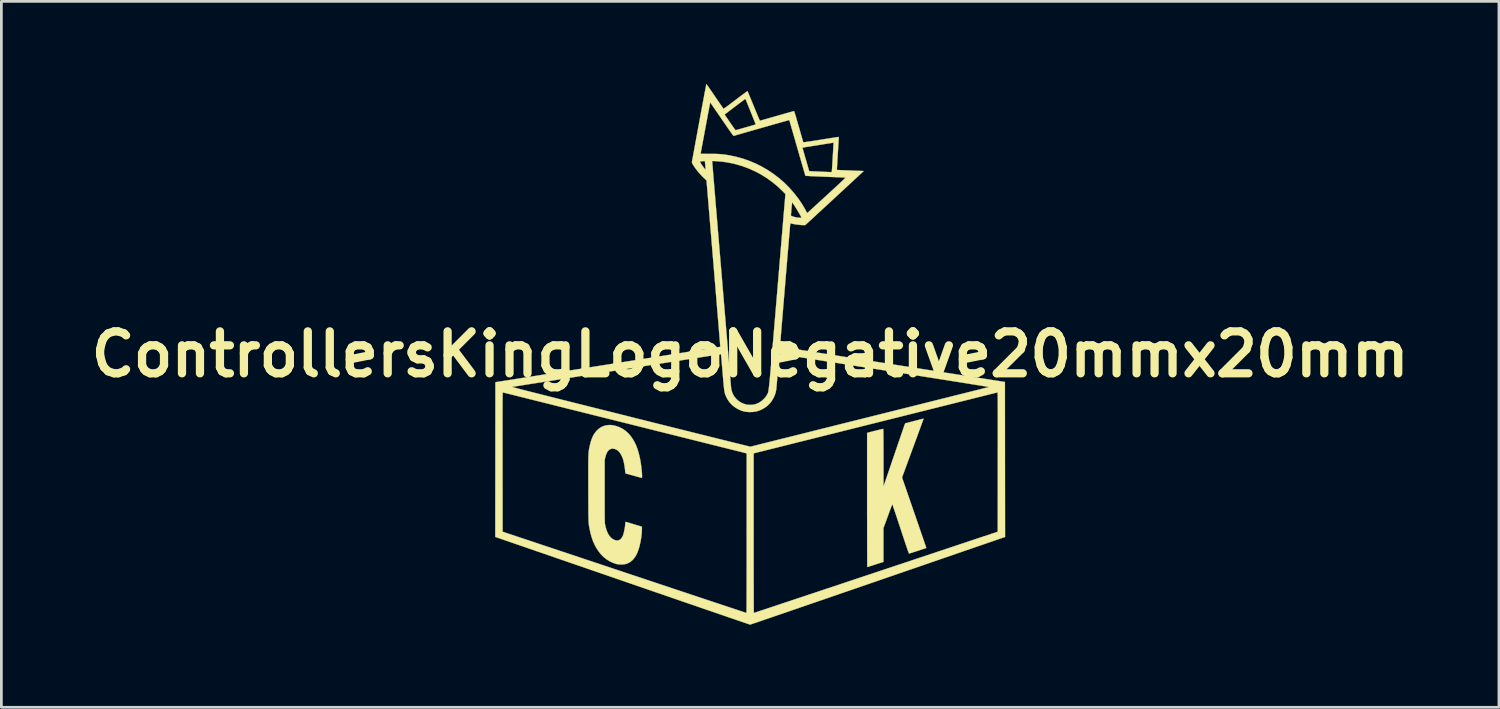
<source format=kicad_pcb>
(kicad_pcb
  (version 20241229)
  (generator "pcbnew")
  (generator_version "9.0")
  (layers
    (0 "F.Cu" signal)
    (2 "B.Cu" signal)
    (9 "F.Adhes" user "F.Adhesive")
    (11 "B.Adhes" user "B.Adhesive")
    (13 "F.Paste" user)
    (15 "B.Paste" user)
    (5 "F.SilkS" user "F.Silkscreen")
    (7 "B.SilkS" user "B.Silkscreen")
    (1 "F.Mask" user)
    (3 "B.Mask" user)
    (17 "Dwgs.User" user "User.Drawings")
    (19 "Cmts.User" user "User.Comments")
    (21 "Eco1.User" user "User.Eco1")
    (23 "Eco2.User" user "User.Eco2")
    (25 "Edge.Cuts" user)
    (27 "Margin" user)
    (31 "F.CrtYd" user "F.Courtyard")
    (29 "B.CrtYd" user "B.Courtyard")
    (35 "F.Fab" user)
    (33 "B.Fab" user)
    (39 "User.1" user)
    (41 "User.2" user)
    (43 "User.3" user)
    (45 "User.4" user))
  (footprint "ControllersKingLogoNegative20mmx20mm"
    (layer "F.Cu")
    (at 24.21 9.826)
    (property "Reference" "ControllersKingLogoNegative20mmx20mm" (at 0 0 0) (layer "F.SilkS") (effects (font (size 1.524 1.524) (thickness 0.3))))
    (attr through_hole)
    (fp_poly (pts (xy 6.297 2.341) (xy 6.299 2.345) (xy 6.296 2.354) (xy 6.288 2.378) (xy 6.274 2.416) (xy 6.256 2.468) (xy 6.233 2.531) (xy 6.206 2.605) (xy 6.175 2.69) (xy 6.141 2.784) (xy 6.103 2.887) (xy 6.063 2.997) (xy 6.02 3.113) (xy 5.975 3.236) (xy 5.929 3.362) (xy 5.909 3.415) (xy 5.519 4.476) (xy 5.96 5.753) (xy 6.009 5.894) (xy 6.056 6.032) (xy 6.102 6.164) (xy 6.145 6.29) (xy 6.186 6.409) (xy 6.225 6.521) (xy 6.26 6.624) (xy 6.292 6.717) (xy 6.321 6.8) (xy 6.345 6.872) (xy 6.366 6.932) (xy 6.382 6.979) (xy 6.393 7.013) (xy 6.4 7.031) (xy 6.401 7.035) (xy 6.393 7.039) (xy 6.371 7.047) (xy 6.338 7.059) (xy 6.294 7.073) (xy 6.243 7.09) (xy 6.186 7.109) (xy 6.126 7.129) (xy 6.064 7.149) (xy 6.003 7.168) (xy 5.945 7.187) (xy 5.892 7.204) (xy 5.847 7.218) (xy 5.81 7.229) (xy 5.785 7.236) (xy 5.773 7.239) (xy 5.773 7.239) (xy 5.768 7.231) (xy 5.758 7.207) (xy 5.743 7.167) (xy 5.724 7.112) (xy 5.699 7.04) (xy 5.669 6.952) (xy 5.634 6.848) (xy 5.594 6.728) (xy 5.549 6.592) (xy 5.499 6.44) (xy 5.465 6.338) (xy 5.426 6.219) (xy 5.388 6.105) (xy 5.352 5.997) (xy 5.319 5.895) (xy 5.287 5.802) (xy 5.259 5.717) (xy 5.233 5.641) (xy 5.211 5.577) (xy 5.193 5.524) (xy 5.179 5.484) (xy 5.169 5.458) (xy 5.164 5.447) (xy 5.164 5.447) (xy 5.16 5.456) (xy 5.151 5.48) (xy 5.137 5.517) (xy 5.119 5.566) (xy 5.097 5.624) (xy 5.072 5.691) (xy 5.045 5.764) (xy 5.016 5.844) (xy 5.001 5.886) (xy 4.843 6.314) (xy 4.843 7.542) (xy 4.79 7.56) (xy 4.674 7.597) (xy 4.571 7.63) (xy 4.482 7.659) (xy 4.407 7.683) (xy 4.347 7.702) (xy 4.302 7.716) (xy 4.272 7.726) (xy 4.257 7.73) (xy 4.256 7.73) (xy 4.255 7.722) (xy 4.255 7.697) (xy 4.255 7.657) (xy 4.254 7.602) (xy 4.254 7.532) (xy 4.253 7.449) (xy 4.253 7.353) (xy 4.253 7.245) (xy 4.252 7.125) (xy 4.252 6.995) (xy 4.252 6.854) (xy 4.251 6.703) (xy 4.251 6.544) (xy 4.251 6.376) (xy 4.251 6.201) (xy 4.251 6.019) (xy 4.25 5.83) (xy 4.25 5.636) (xy 4.25 5.437) (xy 4.25 5.292) (xy 4.25 2.854) (xy 4.295 2.842) (xy 4.32 2.835) (xy 4.357 2.825) (xy 4.403 2.813) (xy 4.456 2.8) (xy 4.513 2.785) (xy 4.572 2.771) (xy 4.63 2.756) (xy 4.685 2.743) (xy 4.734 2.731) (xy 4.776 2.721) (xy 4.807 2.714) (xy 4.826 2.71) (xy 4.83 2.709) (xy 4.832 2.711) (xy 4.834 2.715) (xy 4.835 2.724) (xy 4.837 2.738) (xy 4.838 2.757) (xy 4.839 2.784) (xy 4.84 2.817) (xy 4.841 2.859) (xy 4.841 2.911) (xy 4.842 2.972) (xy 4.843 3.045) (xy 4.843 3.129) (xy 4.844 3.226) (xy 4.844 3.337) (xy 4.844 3.462) (xy 4.845 3.602) (xy 4.845 3.754) (xy 4.847 4.798) (xy 5.236 3.658) (xy 5.282 3.524) (xy 5.326 3.395) (xy 5.368 3.271) (xy 5.409 3.153) (xy 5.447 3.042) (xy 5.482 2.939) (xy 5.515 2.845) (xy 5.544 2.76) (xy 5.569 2.687) (xy 5.59 2.625) (xy 5.608 2.576) (xy 5.62 2.54) (xy 5.628 2.518) (xy 5.63 2.512) (xy 5.64 2.509) (xy 5.663 2.501) (xy 5.7 2.491) (xy 5.748 2.478) (xy 5.805 2.463) (xy 5.869 2.447) (xy 5.938 2.429) (xy 5.953 2.425) (xy 6.024 2.407) (xy 6.09 2.39) (xy 6.15 2.375) (xy 6.201 2.362) (xy 6.241 2.351) (xy 6.269 2.344) (xy 6.284 2.34) (xy 6.284 2.34) (xy 6.297 2.341)) (stroke (width 0.01) (type solid)) (fill yes) (layer "F.SilkS"))
    (fp_poly (pts (xy -5.031 2.571) (xy -4.991 2.577) (xy -4.86 2.608) (xy -4.738 2.653) (xy -4.624 2.713) (xy -4.519 2.788) (xy -4.421 2.877) (xy -4.333 2.981) (xy -4.252 3.1) (xy -4.2 3.193) (xy -4.15 3.296) (xy -4.107 3.407) (xy -4.068 3.526) (xy -4.033 3.657) (xy -4.001 3.801) (xy -3.997 3.822) (xy -3.983 3.897) (xy -3.971 3.978) (xy -3.959 4.061) (xy -3.949 4.145) (xy -3.941 4.226) (xy -3.934 4.301) (xy -3.93 4.367) (xy -3.929 4.422) (xy -3.93 4.454) (xy -3.933 4.493) (xy -4.232 4.41) (xy -4.3 4.391) (xy -4.363 4.374) (xy -4.419 4.358) (xy -4.465 4.345) (xy -4.501 4.335) (xy -4.524 4.328) (xy -4.533 4.325) (xy -4.533 4.325) (xy -4.535 4.316) (xy -4.537 4.293) (xy -4.541 4.26) (xy -4.544 4.22) (xy -4.546 4.208) (xy -4.554 4.133) (xy -4.566 4.054) (xy -4.58 3.974) (xy -4.596 3.898) (xy -4.614 3.831) (xy -4.631 3.776) (xy -4.631 3.775) (xy -4.658 3.71) (xy -4.692 3.645) (xy -4.729 3.586) (xy -4.765 3.539) (xy -4.809 3.498) (xy -4.861 3.464) (xy -4.917 3.44) (xy -4.972 3.427) (xy -5.022 3.427) (xy -5.035 3.429) (xy -5.088 3.448) (xy -5.136 3.48) (xy -5.176 3.526) (xy -5.212 3.587) (xy -5.242 3.662) (xy -5.264 3.744) (xy -5.287 3.84) (xy -5.287 4.97) (xy -5.287 5.138) (xy -5.287 5.291) (xy -5.287 5.428) (xy -5.287 5.55) (xy -5.287 5.659) (xy -5.286 5.754) (xy -5.286 5.838) (xy -5.285 5.909) (xy -5.284 5.971) (xy -5.283 6.022) (xy -5.282 6.065) (xy -5.281 6.099) (xy -5.28 6.126) (xy -5.278 6.146) (xy -5.277 6.16) (xy -5.276 6.164) (xy -5.248 6.293) (xy -5.213 6.406) (xy -5.171 6.504) (xy -5.121 6.588) (xy -5.064 6.656) (xy -4.999 6.708) (xy -4.927 6.746) (xy -4.921 6.748) (xy -4.861 6.764) (xy -4.805 6.764) (xy -4.755 6.748) (xy -4.709 6.716) (xy -4.667 6.668) (xy -4.635 6.615) (xy -4.619 6.578) (xy -4.603 6.527) (xy -4.588 6.467) (xy -4.573 6.401) (xy -4.56 6.333) (xy -4.549 6.265) (xy -4.542 6.202) (xy -4.538 6.147) (xy -4.538 6.134) (xy -4.537 6.105) (xy -4.532 6.09) (xy -4.527 6.088) (xy -4.516 6.09) (xy -4.491 6.097) (xy -4.454 6.107) (xy -4.406 6.121) (xy -4.35 6.138) (xy -4.287 6.157) (xy -4.224 6.176) (xy -3.933 6.264) (xy -3.934 6.377) (xy -3.941 6.513) (xy -3.958 6.659) (xy -3.984 6.809) (xy -4.018 6.959) (xy -4.038 7.032) (xy -4.073 7.14) (xy -4.11 7.233) (xy -4.152 7.315) (xy -4.199 7.387) (xy -4.253 7.453) (xy -4.271 7.472) (xy -4.337 7.53) (xy -4.406 7.575) (xy -4.481 7.607) (xy -4.526 7.62) (xy -4.584 7.631) (xy -4.65 7.636) (xy -4.72 7.637) (xy -4.787 7.632) (xy -4.845 7.623) (xy -4.856 7.62) (xy -4.987 7.576) (xy -5.112 7.517) (xy -5.228 7.444) (xy -5.336 7.356) (xy -5.435 7.254) (xy -5.514 7.152) (xy -5.592 7.033) (xy -5.658 6.909) (xy -5.716 6.778) (xy -5.764 6.636) (xy -5.805 6.483) (xy -5.824 6.394) (xy -5.832 6.358) (xy -5.838 6.325) (xy -5.845 6.294) (xy -5.85 6.265) (xy -5.855 6.236) (xy -5.859 6.207) (xy -5.863 6.177) (xy -5.866 6.144) (xy -5.869 6.108) (xy -5.871 6.068) (xy -5.873 6.022) (xy -5.875 5.971) (xy -5.877 5.912) (xy -5.878 5.845) (xy -5.879 5.768) (xy -5.879 5.682) (xy -5.88 5.584) (xy -5.88 5.475) (xy -5.881 5.352) (xy -5.881 5.216) (xy -5.882 5.064) (xy -5.882 4.897) (xy -5.882 4.891) (xy -5.882 4.718) (xy -5.883 4.561) (xy -5.883 4.419) (xy -5.883 4.291) (xy -5.883 4.176) (xy -5.883 4.074) (xy -5.882 3.983) (xy -5.882 3.902) (xy -5.881 3.831) (xy -5.88 3.768) (xy -5.878 3.713) (xy -5.876 3.664) (xy -5.874 3.622) (xy -5.871 3.584) (xy -5.868 3.549) (xy -5.865 3.518) (xy -5.861 3.489) (xy -5.856 3.46) (xy -5.851 3.432) (xy -5.845 3.403) (xy -5.839 3.372) (xy -5.838 3.368) (xy -5.809 3.238) (xy -5.775 3.123) (xy -5.736 3.021) (xy -5.692 2.931) (xy -5.641 2.852) (xy -5.583 2.781) (xy -5.517 2.718) (xy -5.476 2.685) (xy -5.4 2.638) (xy -5.315 2.602) (xy -5.223 2.579) (xy -5.127 2.568) (xy -5.031 2.571)) (stroke (width 0.01) (type solid)) (fill yes) (layer "F.SilkS"))
    (fp_poly (pts (xy -1.585 -9.815) (xy -1.571 -9.795) (xy -1.549 -9.764) (xy -1.519 -9.722) (xy -1.484 -9.671) (xy -1.443 -9.612) (xy -1.397 -9.546) (xy -1.348 -9.474) (xy -1.295 -9.398) (xy -1.283 -9.379) (xy -1.23 -9.301) (xy -1.179 -9.228) (xy -1.132 -9.159) (xy -1.09 -9.098) (xy -1.052 -9.043) (xy -1.021 -8.998) (xy -0.996 -8.963) (xy -0.98 -8.939) (xy -0.971 -8.927) (xy -0.971 -8.927) (xy -0.965 -8.927) (xy -0.953 -8.933) (xy -0.934 -8.945) (xy -0.906 -8.964) (xy -0.87 -8.99) (xy -0.823 -9.024) (xy -0.767 -9.066) (xy -0.699 -9.117) (xy -0.619 -9.177) (xy -0.533 -9.242) (xy -0.459 -9.299) (xy -0.388 -9.352) (xy -0.322 -9.402) (xy -0.263 -9.446) (xy -0.21 -9.485) (xy -0.167 -9.517) (xy -0.133 -9.541) (xy -0.11 -9.558) (xy -0.099 -9.564) (xy -0.098 -9.565) (xy -0.093 -9.557) (xy -0.083 -9.534) (xy -0.068 -9.498) (xy -0.048 -9.451) (xy -0.023 -9.393) (xy 0.005 -9.325) (xy 0.036 -9.25) (xy 0.07 -9.168) (xy 0.106 -9.08) (xy 0.128 -9.025) (xy 0.177 -8.904) (xy 0.22 -8.8) (xy 0.257 -8.71) (xy 0.288 -8.636) (xy 0.314 -8.577) (xy 0.333 -8.534) (xy 0.347 -8.505) (xy 0.355 -8.491) (xy 0.357 -8.49) (xy 0.367 -8.493) (xy 0.392 -8.499) (xy 0.43 -8.51) (xy 0.481 -8.525) (xy 0.543 -8.542) (xy 0.615 -8.563) (xy 0.695 -8.586) (xy 0.783 -8.61) (xy 0.876 -8.637) (xy 0.974 -8.665) (xy 0.976 -8.666) (xy 1.074 -8.694) (xy 1.167 -8.72) (xy 1.255 -8.745) (xy 1.335 -8.768) (xy 1.407 -8.788) (xy 1.469 -8.805) (xy 1.52 -8.82) (xy 1.559 -8.83) (xy 1.584 -8.837) (xy 1.594 -8.839) (xy 1.594 -8.839) (xy 1.599 -8.832) (xy 1.607 -8.81) (xy 1.62 -8.772) (xy 1.636 -8.72) (xy 1.657 -8.652) (xy 1.681 -8.568) (xy 1.71 -8.469) (xy 1.743 -8.354) (xy 1.766 -8.276) (xy 1.793 -8.181) (xy 1.818 -8.092) (xy 1.842 -8.008) (xy 1.864 -7.932) (xy 1.884 -7.864) (xy 1.9 -7.807) (xy 1.914 -7.761) (xy 1.923 -7.728) (xy 1.929 -7.709) (xy 1.931 -7.705) (xy 1.939 -7.705) (xy 1.964 -7.708) (xy 2.002 -7.713) (xy 2.053 -7.72) (xy 2.116 -7.729) (xy 2.189 -7.74) (xy 2.27 -7.752) (xy 2.36 -7.766) (xy 2.455 -7.781) (xy 2.556 -7.797) (xy 2.561 -7.798) (xy 2.663 -7.815) (xy 2.759 -7.83) (xy 2.85 -7.844) (xy 2.933 -7.858) (xy 3.008 -7.869) (xy 3.073 -7.88) (xy 3.127 -7.888) (xy 3.168 -7.894) (xy 3.194 -7.898) (xy 3.206 -7.899) (xy 3.206 -7.899) (xy 3.217 -7.898) (xy 3.222 -7.891) (xy 3.222 -7.874) (xy 3.221 -7.855) (xy 3.219 -7.835) (xy 3.217 -7.801) (xy 3.214 -7.755) (xy 3.21 -7.699) (xy 3.206 -7.633) (xy 3.201 -7.56) (xy 3.197 -7.481) (xy 3.192 -7.398) (xy 3.186 -7.313) (xy 3.181 -7.228) (xy 3.176 -7.143) (xy 3.171 -7.061) (xy 3.167 -6.984) (xy 3.163 -6.912) (xy 3.159 -6.848) (xy 3.156 -6.794) (xy 3.154 -6.75) (xy 3.152 -6.72) (xy 3.152 -6.704) (xy 3.152 -6.701) (xy 3.16 -6.701) (xy 3.184 -6.699) (xy 3.221 -6.698) (xy 3.269 -6.695) (xy 3.327 -6.693) (xy 3.392 -6.69) (xy 3.463 -6.687) (xy 3.538 -6.684) (xy 3.615 -6.681) (xy 3.692 -6.678) (xy 3.768 -6.675) (xy 3.84 -6.672) (xy 3.907 -6.669) (xy 3.966 -6.667) (xy 4.016 -6.665) (xy 4.055 -6.664) (xy 4.082 -6.663) (xy 4.092 -6.663) (xy 4.112 -6.662) (xy 4.122 -6.658) (xy 4.122 -6.656) (xy 4.116 -6.65) (xy 4.098 -6.633) (xy 4.069 -6.606) (xy 4.03 -6.57) (xy 3.981 -6.525) (xy 3.924 -6.472) (xy 3.86 -6.412) (xy 3.788 -6.346) (xy 3.71 -6.274) (xy 3.627 -6.197) (xy 3.539 -6.115) (xy 3.447 -6.03) (xy 3.353 -5.943) (xy 3.255 -5.853) (xy 3.157 -5.762) (xy 3.057 -5.67) (xy 2.958 -5.578) (xy 2.86 -5.487) (xy 2.763 -5.398) (xy 2.668 -5.311) (xy 2.577 -5.226) (xy 2.49 -5.146) (xy 2.407 -5.07) (xy 2.33 -4.998) (xy 2.259 -4.933) (xy 2.195 -4.875) (xy 2.139 -4.823) (xy 2.092 -4.78) (xy 2.054 -4.745) (xy 2.026 -4.72) (xy 2.01 -4.705) (xy 2.005 -4.701) (xy 1.99 -4.697) (xy 1.961 -4.695) (xy 1.921 -4.696) (xy 1.871 -4.698) (xy 1.816 -4.703) (xy 1.758 -4.709) (xy 1.698 -4.716) (xy 1.641 -4.724) (xy 1.588 -4.733) (xy 1.542 -4.742) (xy 1.506 -4.752) (xy 1.498 -4.754) (xy 1.476 -4.761) (xy 1.462 -4.764) (xy 1.459 -4.764) (xy 1.458 -4.755) (xy 1.456 -4.731) (xy 1.452 -4.691) (xy 1.447 -4.637) (xy 1.442 -4.569) (xy 1.435 -4.489) (xy 1.427 -4.397) (xy 1.418 -4.294) (xy 1.408 -4.181) (xy 1.398 -4.058) (xy 1.387 -3.927) (xy 1.375 -3.789) (xy 1.363 -3.644) (xy 1.35 -3.493) (xy 1.337 -3.337) (xy 1.324 -3.177) (xy 1.31 -3.014) (xy 1.296 -2.848) (xy 1.282 -2.681) (xy 1.268 -2.512) (xy 1.254 -2.344) (xy 1.24 -2.177) (xy 1.226 -2.012) (xy 1.213 -1.849) (xy 1.199 -1.69) (xy 1.187 -1.535) (xy 1.174 -1.385) (xy 1.162 -1.241) (xy 1.151 -1.104) (xy 1.14 -0.975) (xy 1.13 -0.854) (xy 1.121 -0.743) (xy 1.113 -0.642) (xy 1.106 -0.552) (xy 1.099 -0.474) (xy 1.094 -0.408) (xy 1.09 -0.357) (xy 1.087 -0.32) (xy 1.086 -0.298) (xy 1.086 -0.292) (xy 1.087 -0.291) (xy 1.089 -0.289) (xy 1.094 -0.287) (xy 1.101 -0.285) (xy 1.112 -0.283) (xy 1.126 -0.279) (xy 1.143 -0.276) (xy 1.166 -0.272) (xy 1.192 -0.267) (xy 1.224 -0.261) (xy 1.262 -0.254) (xy 1.306 -0.247) (xy 1.356 -0.238) (xy 1.413 -0.229) (xy 1.478 -0.218) (xy 1.55 -0.206) (xy 1.631 -0.193) (xy 1.72 -0.179) (xy 1.818 -0.163) (xy 1.926 -0.146) (xy 2.044 -0.127) (xy 2.172 -0.107) (xy 2.311 -0.085) (xy 2.462 -0.061) (xy 2.624 -0.036) (xy 2.798 -0.008) (xy 2.985 0.021) (xy 3.185 0.052) (xy 3.398 0.086) (xy 3.625 0.121) (xy 3.866 0.159) (xy 4.122 0.199) (xy 4.393 0.242) (xy 4.68 0.287) (xy 4.983 0.334) (xy 5.173 0.364) (xy 9.258 1.004) (xy 9.26 3.82) (xy 9.263 6.637) (xy 9.243 6.643) (xy 9.234 6.646) (xy 9.21 6.654) (xy 9.17 6.668) (xy 9.116 6.686) (xy 9.047 6.71) (xy 8.965 6.738) (xy 8.869 6.771) (xy 8.761 6.809) (xy 8.64 6.85) (xy 8.507 6.896) (xy 8.362 6.946) (xy 8.207 6.999) (xy 8.041 7.057) (xy 7.864 7.117) (xy 7.678 7.181) (xy 7.483 7.249) (xy 7.279 7.319) (xy 7.066 7.392) (xy 6.846 7.468) (xy 6.618 7.546) (xy 6.383 7.627) (xy 6.142 7.711) (xy 5.894 7.796) (xy 5.641 7.883) (xy 5.382 7.972) (xy 5.119 8.063) (xy 4.852 8.155) (xy 4.62 8.235) (xy 4.349 8.328) (xy 4.082 8.42) (xy 3.82 8.511) (xy 3.562 8.599) (xy 3.31 8.686) (xy 3.063 8.771) (xy 2.822 8.854) (xy 2.588 8.934) (xy 2.362 9.012) (xy 2.142 9.087) (xy 1.931 9.16) (xy 1.728 9.23) (xy 1.534 9.296) (xy 1.35 9.36) (xy 1.175 9.42) (xy 1.011 9.476) (xy 0.857 9.529) (xy 0.714 9.578) (xy 0.583 9.622) (xy 0.464 9.663) (xy 0.357 9.7) (xy 0.263 9.732) (xy 0.183 9.759) (xy 0.116 9.781) (xy 0.064 9.799) (xy 0.026 9.812) (xy 0.004 9.819) (xy -0.003 9.821) (xy -0.012 9.818) (xy -0.036 9.81) (xy -0.076 9.797) (xy -0.13 9.778) (xy -0.199 9.755) (xy -0.281 9.727) (xy -0.376 9.694) (xy -0.484 9.658) (xy -0.604 9.616) (xy -0.737 9.571) (xy -0.88 9.522) (xy -1.034 9.469) (xy -1.199 9.412) (xy -1.374 9.352) (xy -1.558 9.289) (xy -1.751 9.223) (xy -1.952 9.153) (xy -2.162 9.081) (xy -2.379 9.007) (xy -2.604 8.929) (xy -2.835 8.85) (xy -3.072 8.768) (xy -3.315 8.684) (xy -3.564 8.599) (xy -3.817 8.512) (xy -4.074 8.423) (xy -4.28 8.352) (xy -4.543 8.261) (xy -4.804 8.171) (xy -5.062 8.082) (xy -5.315 7.995) (xy -5.565 7.909) (xy -5.809 7.825) (xy -6.048 7.742) (xy -6.282 7.662) (xy -6.509 7.584) (xy -6.729 7.508) (xy -6.941 7.435) (xy -7.146 7.364) (xy -7.342 7.296) (xy -7.529 7.232) (xy -7.707 7.171) (xy -7.874 7.113) (xy -8.032 7.059) (xy -8.178 7.008) (xy -8.312 6.962) (xy -8.435 6.92) (xy -8.544 6.882) (xy -8.641 6.849) (xy -8.724 6.82) (xy -8.793 6.796) (xy -8.847 6.778) (xy -8.886 6.764) (xy -8.901 6.759) (xy -9.263 6.635) (xy -9.26 3.824) (xy -9.259 2.449) (xy -8.999 2.449) (xy -8.999 2.598) (xy -8.999 2.761) (xy -8.999 2.938) (xy -8.999 3.129) (xy -8.998 3.335) (xy -8.998 3.557) (xy -8.998 3.795) (xy -8.998 3.912) (xy -8.996 6.446) (xy -4.572 7.921) (xy -4.306 8.01) (xy -4.044 8.097) (xy -3.787 8.183) (xy -3.534 8.267) (xy -3.287 8.35) (xy -3.046 8.43) (xy -2.811 8.509) (xy -2.582 8.585) (xy -2.361 8.658) (xy -2.148 8.729) (xy -1.942 8.798) (xy -1.746 8.863) (xy -1.558 8.926) (xy -1.38 8.985) (xy -1.212 9.041) (xy -1.054 9.093) (xy -0.907 9.142) (xy -0.772 9.187) (xy -0.648 9.228) (xy -0.536 9.265) (xy -0.438 9.298) (xy -0.352 9.327) (xy -0.28 9.35) (xy -0.222 9.37) (xy -0.179 9.384) (xy -0.151 9.393) (xy -0.138 9.397) (xy -0.138 9.397) (xy -0.137 9.394) (xy -0.136 9.385) (xy -0.135 9.37) (xy -0.134 9.347) (xy -0.133 9.317) (xy -0.132 9.278) (xy -0.132 9.231) (xy -0.131 9.176) (xy -0.131 9.111) (xy -0.13 9.036) (xy -0.13 8.951) (xy -0.129 8.855) (xy -0.129 8.748) (xy -0.129 8.629) (xy -0.128 8.499) (xy -0.128 8.356) (xy -0.128 8.199) (xy -0.128 8.03) (xy -0.127 7.846) (xy -0.127 7.649) (xy -0.127 7.436) (xy -0.127 7.208) (xy -0.127 6.965) (xy -0.127 6.705) (xy -0.127 6.498) (xy -0.127 3.599) (xy 0.127 3.599) (xy 0.127 6.498) (xy 0.127 6.719) (xy 0.127 6.935) (xy 0.127 7.146) (xy 0.127 7.352) (xy 0.127 7.551) (xy 0.128 7.744) (xy 0.128 7.929) (xy 0.128 8.106) (xy 0.128 8.274) (xy 0.129 8.433) (xy 0.129 8.582) (xy 0.129 8.721) (xy 0.13 8.849) (xy 0.13 8.965) (xy 0.13 9.068) (xy 0.131 9.159) (xy 0.131 9.236) (xy 0.132 9.299) (xy 0.132 9.347) (xy 0.133 9.379) (xy 0.133 9.396) (xy 0.133 9.398) (xy 0.142 9.395) (xy 0.166 9.387) (xy 0.205 9.375) (xy 0.259 9.357) (xy 0.327 9.334) (xy 0.408 9.307) (xy 0.503 9.276) (xy 0.611 9.24) (xy 0.732 9.2) (xy 0.864 9.156) (xy 1.008 9.108) (xy 1.162 9.056) (xy 1.328 9.001) (xy 1.503 8.943) (xy 1.688 8.881) (xy 1.882 8.817) (xy 2.085 8.749) (xy 2.297 8.679) (xy 2.516 8.606) (xy 2.742 8.53) (xy 2.975 8.453) (xy 3.215 8.373) (xy 3.461 8.291) (xy 3.712 8.207) (xy 3.968 8.122) (xy 4.229 8.035) (xy 4.494 7.947) (xy 4.568 7.922) (xy 8.996 6.446) (xy 8.998 3.912) (xy 8.998 3.667) (xy 8.998 3.438) (xy 8.999 3.224) (xy 8.999 3.026) (xy 8.999 2.842) (xy 8.999 2.673) (xy 8.999 2.517) (xy 8.999 2.374) (xy 8.999 2.244) (xy 8.999 2.126) (xy 8.999 2.018) (xy 8.998 1.922) (xy 8.998 1.836) (xy 8.998 1.759) (xy 8.997 1.692) (xy 8.997 1.633) (xy 8.996 1.581) (xy 8.996 1.538) (xy 8.995 1.501) (xy 8.995 1.47) (xy 8.994 1.445) (xy 8.993 1.426) (xy 8.992 1.41) (xy 8.991 1.399) (xy 8.99 1.391) (xy 8.989 1.387) (xy 8.987 1.384) (xy 8.986 1.383) (xy 8.985 1.383) (xy 8.976 1.386) (xy 8.951 1.392) (xy 8.911 1.402) (xy 8.855 1.416) (xy 8.785 1.434) (xy 8.701 1.455) (xy 8.604 1.479) (xy 8.493 1.507) (xy 8.37 1.538) (xy 8.234 1.571) (xy 8.087 1.608) (xy 7.929 1.648) (xy 7.76 1.69) (xy 7.581 1.735) (xy 7.392 1.782) (xy 7.194 1.832) (xy 6.987 1.883) (xy 6.772 1.937) (xy 6.549 1.993) (xy 6.319 2.051) (xy 6.081 2.11) (xy 5.838 2.171) (xy 5.588 2.233) (xy 5.333 2.297) (xy 5.073 2.362) (xy 4.809 2.428) (xy 4.58 2.485) (xy 4.312 2.552) (xy 4.048 2.618) (xy 3.789 2.683) (xy 3.534 2.746) (xy 3.285 2.809) (xy 3.042 2.87) (xy 2.805 2.929) (xy 2.576 2.986) (xy 2.353 3.042) (xy 2.139 3.095) (xy 1.932 3.147) (xy 1.735 3.196) (xy 1.547 3.243) (xy 1.368 3.288) (xy 1.2 3.33) (xy 1.043 3.369) (xy 0.897 3.406) (xy 0.762 3.439) (xy 0.64 3.47) (xy 0.531 3.497) (xy 0.434 3.522) (xy 0.351 3.542) (xy 0.283 3.559) (xy 0.229 3.573) (xy 0.19 3.583) (xy 0.166 3.589) (xy 0.159 3.591) (xy 0.127 3.599) (xy -0.127 3.599) (xy -0.159 3.591) (xy -0.169 3.588) (xy -0.195 3.581) (xy -0.236 3.571) (xy -0.293 3.557) (xy -0.364 3.539) (xy -0.449 3.518) (xy -0.547 3.493) (xy -0.659 3.465) (xy -0.783 3.434) (xy -0.92 3.4) (xy -1.068 3.363) (xy -1.227 3.323) (xy -1.396 3.281) (xy -1.576 3.236) (xy -1.766 3.189) (xy -1.965 3.139) (xy -2.173 3.087) (xy -2.388 3.033) (xy -2.612 2.977) (xy -2.843 2.919) (xy -3.081 2.86) (xy -3.325 2.799) (xy -3.575 2.736) (xy -3.83 2.673) (xy -4.091 2.607) (xy -4.355 2.541) (xy -4.58 2.485) (xy -4.848 2.418) (xy -5.112 2.352) (xy -5.371 2.287) (xy -5.626 2.224) (xy -5.874 2.162) (xy -6.117 2.101) (xy -6.353 2.042) (xy -6.583 1.985) (xy -6.805 1.929) (xy -7.019 1.876) (xy -7.224 1.824) (xy -7.421 1.775) (xy -7.608 1.728) (xy -7.786 1.684) (xy -7.953 1.642) (xy -8.11 1.603) (xy -8.255 1.566) (xy -8.389 1.533) (xy -8.51 1.502) (xy -8.619 1.475) (xy -8.715 1.451) (xy -8.797 1.431) (xy -8.865 1.414) (xy -8.918 1.4) (xy -8.956 1.391) (xy -8.979 1.385) (xy -8.985 1.383) (xy -8.987 1.384) (xy -8.988 1.385) (xy -8.989 1.389) (xy -8.99 1.395) (xy -8.992 1.405) (xy -8.992 1.418) (xy -8.993 1.435) (xy -8.994 1.458) (xy -8.995 1.486) (xy -8.996 1.52) (xy -8.996 1.56) (xy -8.997 1.608) (xy -8.997 1.663) (xy -8.998 1.726) (xy -8.998 1.799) (xy -8.998 1.88) (xy -8.998 1.972) (xy -8.999 2.074) (xy -8.999 2.187) (xy -8.999 2.312) (xy -8.999 2.449) (xy -9.259 2.449) (xy -9.258 1.183) (xy -8.653 1.183) (xy -8.651 1.185) (xy -8.642 1.188) (xy -8.626 1.193) (xy -8.601 1.2) (xy -8.568 1.209) (xy -8.525 1.22) (xy -8.474 1.234) (xy -8.414 1.25) (xy -8.343 1.268) (xy -8.263 1.289) (xy -8.172 1.312) (xy -8.07 1.338) (xy -7.958 1.366) (xy -7.834 1.398) (xy -7.698 1.432) (xy -7.551 1.469) (xy -7.391 1.51) (xy -7.219 1.553) (xy -7.033 1.6) (xy -6.835 1.65) (xy -6.623 1.703) (xy -6.397 1.76) (xy -6.157 1.82) (xy -5.903 1.884) (xy -5.633 1.951) (xy -5.349 2.022) (xy -5.049 2.097) (xy -4.733 2.176) (xy -4.402 2.259) (xy -4.343 2.274) (xy -4.077 2.341) (xy -3.815 2.406) (xy -3.557 2.471) (xy -3.305 2.534) (xy -3.058 2.595) (xy -2.817 2.656) (xy -2.582 2.714) (xy -2.354 2.771) (xy -2.134 2.826) (xy -1.922 2.879) (xy -1.718 2.929) (xy -1.523 2.978) (xy -1.338 3.024) (xy -1.162 3.068) (xy -0.996 3.109) (xy -0.842 3.147) (xy -0.699 3.183) (xy -0.567 3.216) (xy -0.448 3.245) (xy -0.341 3.271) (xy -0.248 3.294) (xy -0.168 3.314) (xy -0.103 3.33) (xy -0.052 3.342) (xy -0.016 3.351) (xy 0.004 3.356) (xy 0.008 3.356) (xy 0.017 3.354) (xy 0.042 3.348) (xy 0.083 3.338) (xy 0.138 3.324) (xy 0.208 3.307) (xy 0.292 3.286) (xy 0.389 3.261) (xy 0.499 3.234) (xy 0.622 3.203) (xy 0.758 3.169) (xy 0.904 3.133) (xy 1.062 3.093) (xy 1.231 3.051) (xy 1.409 3.007) (xy 1.598 2.96) (xy 1.795 2.91) (xy 2.002 2.859) (xy 2.216 2.805) (xy 2.439 2.749) (xy 2.668 2.692) (xy 2.905 2.633) (xy 3.147 2.572) (xy 3.396 2.51) (xy 3.65 2.447) (xy 3.909 2.382) (xy 4.172 2.316) (xy 4.343 2.274) (xy 4.609 2.207) (xy 4.871 2.142) (xy 5.128 2.077) (xy 5.38 2.014) (xy 5.627 1.953) (xy 5.867 1.893) (xy 6.102 1.834) (xy 6.329 1.777) (xy 6.548 1.722) (xy 6.76 1.669) (xy 6.963 1.618) (xy 7.158 1.57) (xy 7.343 1.523) (xy 7.518 1.479) (xy 7.683 1.438) (xy 7.837 1.4) (xy 7.98 1.364) (xy 8.111 1.331) (xy 8.23 1.301) (xy 8.336 1.275) (xy 8.428 1.251) (xy 8.507 1.231) (xy 8.572 1.215) (xy 8.622 1.202) (xy 8.657 1.193) (xy 8.677 1.188) (xy 8.681 1.187) (xy 8.673 1.186) (xy 8.65 1.181) (xy 8.61 1.175) (xy 8.556 1.165) (xy 8.486 1.154) (xy 8.402 1.14) (xy 8.304 1.124) (xy 8.192 1.107) (xy 8.068 1.087) (xy 7.93 1.065) (xy 7.781 1.041) (xy 7.619 1.015) (xy 7.447 0.988) (xy 7.263 0.959) (xy 7.07 0.928) (xy 6.866 0.896) (xy 6.653 0.862) (xy 6.431 0.827) (xy 6.2 0.791) (xy 5.961 0.753) (xy 5.715 0.714) (xy 5.461 0.675) (xy 5.201 0.634) (xy 4.934 0.592) (xy 4.879 0.583) (xy 4.627 0.544) (xy 4.38 0.505) (xy 4.137 0.467) (xy 3.899 0.43) (xy 3.668 0.394) (xy 3.442 0.358) (xy 3.224 0.324) (xy 3.013 0.291) (xy 2.809 0.26) (xy 2.615 0.229) (xy 2.429 0.2) (xy 2.252 0.172) (xy 2.086 0.146) (xy 1.93 0.122) (xy 1.785 0.1) (xy 1.652 0.079) (xy 1.531 0.06) (xy 1.423 0.043) (xy 1.327 0.028) (xy 1.246 0.015) (xy 1.178 0.005) (xy 1.126 -0.003) (xy 1.088 -0.009) (xy 1.066 -0.012) (xy 1.061 -0.013) (xy 1.06 -0.005) (xy 1.058 0.019) (xy 1.054 0.057) (xy 1.05 0.108) (xy 1.044 0.171) (xy 1.038 0.244) (xy 1.031 0.325) (xy 1.023 0.415) (xy 1.015 0.51) (xy 1.008 0.597) (xy 0.999 0.699) (xy 0.991 0.798) (xy 0.983 0.891) (xy 0.976 0.978) (xy 0.969 1.057) (xy 0.962 1.126) (xy 0.957 1.185) (xy 0.953 1.23) (xy 0.95 1.262) (xy 0.948 1.275) (xy 0.935 1.352) (xy 0.916 1.425) (xy 0.889 1.498) (xy 0.855 1.571) (xy 0.793 1.681) (xy 0.72 1.778) (xy 0.635 1.863) (xy 0.538 1.937) (xy 0.428 2) (xy 0.426 2.002) (xy 0.32 2.047) (xy 0.212 2.078) (xy 0.098 2.095) (xy -0.023 2.098) (xy -0.046 2.097) (xy -0.141 2.09) (xy -0.228 2.074) (xy -0.312 2.049) (xy -0.399 2.013) (xy -0.428 1.999) (xy -0.539 1.935) (xy -0.638 1.859) (xy -0.725 1.772) (xy -0.8 1.673) (xy -0.863 1.561) (xy -0.897 1.482) (xy -0.906 1.46) (xy -0.913 1.438) (xy -0.92 1.415) (xy -0.926 1.389) (xy -0.932 1.359) (xy -0.938 1.325) (xy -0.944 1.283) (xy -0.95 1.235) (xy -0.956 1.177) (xy -0.963 1.109) (xy -0.97 1.03) (xy -0.978 0.939) (xy -0.987 0.833) (xy -0.997 0.713) (xy -1.003 0.647) (xy -1.012 0.544) (xy -1.02 0.446) (xy -1.028 0.354) (xy -1.035 0.269) (xy -1.042 0.194) (xy -1.048 0.128) (xy -1.053 0.074) (xy -1.057 0.033) (xy -1.06 0.006) (xy -1.062 -0.006) (xy -1.062 -0.006) (xy -1.07 -0.005) (xy -1.095 -0.002) (xy -1.135 0.005) (xy -1.19 0.013) (xy -1.258 0.024) (xy -1.341 0.036) (xy -1.436 0.051) (xy -1.544 0.068) (xy -1.663 0.086) (xy -1.793 0.107) (xy -1.934 0.129) (xy -2.084 0.152) (xy -2.243 0.177) (xy -2.411 0.203) (xy -2.586 0.23) (xy -2.769 0.259) (xy -2.958 0.288) (xy -3.152 0.319) (xy -3.352 0.35) (xy -3.557 0.382) (xy -3.766 0.415) (xy -3.977 0.448) (xy -4.192 0.482) (xy -4.408 0.515) (xy -4.626 0.55) (xy -4.844 0.584) (xy -5.063 0.618) (xy -5.281 0.652) (xy -5.498 0.686) (xy -5.712 0.72) (xy -5.925 0.753) (xy -6.134 0.786) (xy -6.34 0.818) (xy -6.541 0.85) (xy -6.737 0.881) (xy -6.927 0.911) (xy -7.111 0.94) (xy -7.288 0.968) (xy -7.458 0.994) (xy -7.619 1.02) (xy -7.771 1.044) (xy -7.914 1.066) (xy -8.047 1.087) (xy -8.168 1.106) (xy -8.279 1.124) (xy -8.377 1.139) (xy -8.463 1.153) (xy -8.535 1.164) (xy -8.593 1.174) (xy -8.636 1.181) (xy -8.653 1.183) (xy -9.258 1.183) (xy -9.258 1.013) (xy -5.173 0.37) (xy -4.913 0.329) (xy -4.656 0.288) (xy -4.405 0.249) (xy -4.158 0.21) (xy -3.917 0.172) (xy -3.683 0.135) (xy -3.455 0.099) (xy -3.235 0.065) (xy -3.022 0.031) (xy -2.818 -0.001) (xy -2.622 -0.032) (xy -2.436 -0.061) (xy -2.259 -0.089) (xy -2.093 -0.115) (xy -1.938 -0.14) (xy -1.794 -0.163) (xy -1.661 -0.184) (xy -1.542 -0.203) (xy -1.434 -0.219) (xy -1.341 -0.234) (xy -1.261 -0.247) (xy -1.195 -0.257) (xy -1.144 -0.265) (xy -1.109 -0.271) (xy -1.09 -0.274) (xy -1.086 -0.275) (xy -1.086 -0.283) (xy -1.088 -0.308) (xy -1.091 -0.349) (xy -1.096 -0.404) (xy -1.101 -0.474) (xy -1.108 -0.558) (xy -1.116 -0.655) (xy -1.125 -0.765) (xy -1.135 -0.887) (xy -1.146 -1.021) (xy -1.158 -1.165) (xy -1.171 -1.32) (xy -1.184 -1.484) (xy -1.199 -1.657) (xy -1.214 -1.839) (xy -1.229 -2.029) (xy -1.246 -2.227) (xy -1.263 -2.431) (xy -1.28 -2.641) (xy -1.298 -2.856) (xy -1.316 -3.077) (xy -1.335 -3.299) (xy -1.586 -6.32) (xy -1.637 -6.366) (xy -1.696 -6.421) (xy -1.758 -6.484) (xy -1.82 -6.552) (xy -1.881 -6.622) (xy -1.939 -6.693) (xy -1.992 -6.763) (xy -2.038 -6.828) (xy -2.075 -6.887) (xy -2.102 -6.937) (xy -2.103 -6.941) (xy -2.119 -6.977) (xy -2.114 -7.006) (xy -1.829 -7.006) (xy -1.789 -6.936) (xy -1.773 -6.911) (xy -1.753 -6.88) (xy -1.729 -6.845) (xy -1.703 -6.81) (xy -1.678 -6.776) (xy -1.656 -6.746) (xy -1.638 -6.723) (xy -1.625 -6.71) (xy -1.621 -6.707) (xy -1.621 -6.716) (xy -1.623 -6.739) (xy -1.625 -6.774) (xy -1.628 -6.817) (xy -1.632 -6.867) (xy -1.632 -6.867) (xy -1.644 -7.009) (xy -1.38 -7.009) (xy -1.379 -6.999) (xy -1.377 -6.973) (xy -1.374 -6.931) (xy -1.369 -6.874) (xy -1.363 -6.803) (xy -1.356 -6.717) (xy -1.348 -6.618) (xy -1.339 -6.506) (xy -1.329 -6.382) (xy -1.317 -6.246) (xy -1.305 -6.099) (xy -1.292 -5.941) (xy -1.278 -5.773) (xy -1.263 -5.595) (xy -1.248 -5.409) (xy -1.231 -5.214) (xy -1.214 -5.012) (xy -1.197 -4.802) (xy -1.179 -4.586) (xy -1.16 -4.363) (xy -1.141 -4.135) (xy -1.122 -3.902) (xy -1.102 -3.665) (xy -1.096 -3.598) (xy -1.068 -3.258) (xy -1.041 -2.935) (xy -1.015 -2.627) (xy -0.991 -2.335) (xy -0.968 -2.058) (xy -0.946 -1.796) (xy -0.925 -1.549) (xy -0.905 -1.315) (xy -0.887 -1.095) (xy -0.87 -0.889) (xy -0.853 -0.695) (xy -0.838 -0.513) (xy -0.824 -0.343) (xy -0.811 -0.185) (xy -0.798 -0.038) (xy -0.787 0.099) (xy -0.776 0.225) (xy -0.767 0.341) (xy -0.758 0.448) (xy -0.749 0.546) (xy -0.742 0.635) (xy -0.735 0.717) (xy -0.729 0.79) (xy -0.723 0.856) (xy -0.718 0.914) (xy -0.714 0.967) (xy -0.71 1.013) (xy -0.706 1.053) (xy -0.703 1.089) (xy -0.701 1.119) (xy -0.699 1.144) (xy -0.697 1.166) (xy -0.695 1.184) (xy -0.694 1.199) (xy -0.693 1.21) (xy -0.692 1.22) (xy -0.691 1.227) (xy -0.69 1.233) (xy -0.69 1.238) (xy -0.689 1.24) (xy -0.682 1.278) (xy -0.67 1.325) (xy -0.655 1.374) (xy -0.639 1.419) (xy -0.624 1.452) (xy -0.569 1.542) (xy -0.501 1.623) (xy -0.422 1.694) (xy -0.332 1.752) (xy -0.235 1.796) (xy -0.14 1.825) (xy -0.089 1.832) (xy -0.029 1.836) (xy 0.035 1.835) (xy 0.095 1.831) (xy 0.136 1.825) (xy 0.229 1.799) (xy 0.313 1.762) (xy 0.392 1.713) (xy 0.468 1.649) (xy 0.491 1.626) (xy 0.53 1.586) (xy 0.559 1.553) (xy 0.582 1.52) (xy 0.603 1.485) (xy 0.612 1.469) (xy 0.617 1.458) (xy 0.622 1.449) (xy 0.627 1.441) (xy 0.632 1.433) (xy 0.636 1.424) (xy 0.641 1.415) (xy 0.645 1.406) (xy 0.649 1.394) (xy 0.653 1.38) (xy 0.657 1.364) (xy 0.661 1.345) (xy 0.665 1.322) (xy 0.669 1.295) (xy 0.674 1.264) (xy 0.678 1.228) (xy 0.684 1.186) (xy 0.689 1.138) (xy 0.695 1.084) (xy 0.701 1.023) (xy 0.708 0.955) (xy 0.715 0.879) (xy 0.723 0.794) (xy 0.731 0.701) (xy 0.741 0.598) (xy 0.751 0.485) (xy 0.761 0.362) (xy 0.773 0.229) (xy 0.785 0.084) (xy 0.799 -0.073) (xy 0.813 -0.242) (xy 0.828 -0.423) (xy 0.845 -0.618) (xy 0.862 -0.826) (xy 0.881 -1.049) (xy 0.901 -1.286) (xy 0.922 -1.538) (xy 0.944 -1.806) (xy 0.968 -2.09) (xy 0.984 -2.28) (xy 1.215 -5.041) (xy 1.481 -5.041) (xy 1.489 -5.034) (xy 1.51 -5.024) (xy 1.541 -5.013) (xy 1.579 -5.001) (xy 1.62 -4.989) (xy 1.661 -4.979) (xy 1.687 -4.974) (xy 1.72 -4.969) (xy 1.756 -4.966) (xy 1.792 -4.963) (xy 1.824 -4.962) (xy 1.848 -4.962) (xy 1.862 -4.965) (xy 1.863 -4.966) (xy 1.858 -4.98) (xy 1.846 -5.006) (xy 1.828 -5.041) (xy 1.804 -5.084) (xy 1.775 -5.134) (xy 1.744 -5.187) (xy 1.711 -5.242) (xy 1.677 -5.297) (xy 1.644 -5.35) (xy 1.613 -5.399) (xy 1.584 -5.443) (xy 1.56 -5.478) (xy 1.541 -5.504) (xy 1.529 -5.518) (xy 1.525 -5.52) (xy 1.523 -5.512) (xy 1.52 -5.49) (xy 1.517 -5.456) (xy 1.512 -5.413) (xy 1.507 -5.363) (xy 1.502 -5.309) (xy 1.497 -5.254) (xy 1.493 -5.2) (xy 1.489 -5.15) (xy 1.485 -5.106) (xy 1.483 -5.071) (xy 1.482 -5.047) (xy 1.481 -5.041) (xy 1.215 -5.041) (xy 1.281 -5.826) (xy 1.176 -5.932) (xy 0.993 -6.105) (xy 0.8 -6.264) (xy 0.599 -6.409) (xy 0.389 -6.539) (xy 0.171 -6.654) (xy -0.055 -6.755) (xy -0.288 -6.84) (xy -0.527 -6.91) (xy -0.648 -6.939) (xy -0.758 -6.961) (xy -0.868 -6.98) (xy -0.982 -6.996) (xy -1.104 -7.009) (xy -1.237 -7.019) (xy -1.298 -7.023) (xy -1.335 -7.025) (xy -1.359 -7.026) (xy -1.373 -7.024) (xy -1.379 -7.02) (xy -1.38 -7.013) (xy -1.38 -7.009) (xy -1.644 -7.009) (xy -1.645 -7.024) (xy -1.697 -7.021) (xy -1.733 -7.018) (xy -1.771 -7.014) (xy -1.789 -7.012) (xy -1.829 -7.006) (xy -2.114 -7.006) (xy -2.06 -7.298) (xy -1.801 -7.298) (xy -1.799 -7.295) (xy -1.794 -7.292) (xy -1.784 -7.29) (xy -1.768 -7.288) (xy -1.743 -7.287) (xy -1.708 -7.286) (xy -1.662 -7.286) (xy -1.603 -7.285) (xy -1.529 -7.285) (xy -1.48 -7.285) (xy -1.374 -7.285) (xy -1.283 -7.284) (xy -1.202 -7.282) (xy -1.13 -7.278) (xy -1.062 -7.274) (xy -0.997 -7.267) (xy -0.932 -7.259) (xy -0.863 -7.249) (xy -0.787 -7.237) (xy -0.772 -7.234) (xy -0.522 -7.183) (xy -0.278 -7.116) (xy -0.039 -7.034) (xy 0.193 -6.936) (xy 0.419 -6.824) (xy 0.637 -6.698) (xy 0.846 -6.558) (xy 1.046 -6.405) (xy 1.237 -6.24) (xy 1.416 -6.062) (xy 1.584 -5.872) (xy 1.741 -5.671) (xy 1.814 -5.567) (xy 1.862 -5.495) (xy 1.909 -5.42) (xy 1.953 -5.347) (xy 1.993 -5.278) (xy 2.026 -5.218) (xy 2.041 -5.188) (xy 2.056 -5.159) (xy 2.066 -5.143) (xy 2.074 -5.138) (xy 2.082 -5.14) (xy 2.084 -5.142) (xy 2.092 -5.149) (xy 2.112 -5.166) (xy 2.142 -5.194) (xy 2.183 -5.231) (xy 2.232 -5.276) (xy 2.29 -5.33) (xy 2.356 -5.39) (xy 2.429 -5.456) (xy 2.507 -5.528) (xy 2.591 -5.605) (xy 2.678 -5.685) (xy 2.77 -5.769) (xy 2.789 -5.787) (xy 2.897 -5.886) (xy 2.993 -5.974) (xy 3.077 -6.052) (xy 3.151 -6.12) (xy 3.215 -6.18) (xy 3.271 -6.231) (xy 3.317 -6.275) (xy 3.355 -6.311) (xy 3.387 -6.341) (xy 3.411 -6.365) (xy 3.43 -6.384) (xy 3.443 -6.398) (xy 3.452 -6.409) (xy 3.457 -6.416) (xy 3.458 -6.42) (xy 3.457 -6.423) (xy 3.453 -6.424) (xy 3.452 -6.424) (xy 3.439 -6.425) (xy 3.411 -6.426) (xy 3.368 -6.428) (xy 3.313 -6.43) (xy 3.248 -6.433) (xy 3.173 -6.436) (xy 3.09 -6.439) (xy 3.001 -6.443) (xy 2.908 -6.447) (xy 2.891 -6.447) (xy 2.747 -6.453) (xy 2.618 -6.458) (xy 2.505 -6.463) (xy 2.406 -6.467) (xy 2.32 -6.471) (xy 2.247 -6.474) (xy 2.185 -6.477) (xy 2.135 -6.48) (xy 2.094 -6.482) (xy 2.062 -6.484) (xy 2.039 -6.485) (xy 2.022 -6.487) (xy 2.012 -6.488) (xy 2.008 -6.49) (xy 2.008 -6.49) (xy 2.005 -6.499) (xy 1.998 -6.522) (xy 1.986 -6.561) (xy 1.971 -6.612) (xy 1.952 -6.676) (xy 1.93 -6.751) (xy 1.906 -6.837) (xy 1.878 -6.932) (xy 1.848 -7.035) (xy 1.816 -7.146) (xy 1.782 -7.263) (xy 1.747 -7.386) (xy 1.714 -7.502) (xy 1.711 -7.51) (xy 1.9 -7.51) (xy 1.902 -7.502) (xy 1.908 -7.48) (xy 1.918 -7.445) (xy 1.931 -7.399) (xy 1.946 -7.345) (xy 1.964 -7.283) (xy 1.983 -7.216) (xy 2.003 -7.146) (xy 2.024 -7.074) (xy 2.045 -7.002) (xy 2.065 -6.933) (xy 2.084 -6.867) (xy 2.101 -6.807) (xy 2.116 -6.755) (xy 2.129 -6.712) (xy 2.138 -6.68) (xy 2.144 -6.662) (xy 2.145 -6.657) (xy 2.154 -6.657) (xy 2.177 -6.655) (xy 2.213 -6.654) (xy 2.26 -6.651) (xy 2.316 -6.649) (xy 2.379 -6.646) (xy 2.446 -6.643) (xy 2.516 -6.64) (xy 2.587 -6.636) (xy 2.657 -6.633) (xy 2.723 -6.63) (xy 2.784 -6.628) (xy 2.838 -6.626) (xy 2.882 -6.624) (xy 2.915 -6.622) (xy 2.927 -6.622) (xy 2.95 -6.623) (xy 2.962 -6.628) (xy 2.967 -6.64) (xy 2.967 -6.64) (xy 2.968 -6.652) (xy 2.97 -6.679) (xy 2.973 -6.718) (xy 2.976 -6.769) (xy 2.98 -6.83) (xy 2.985 -6.898) (xy 2.989 -6.972) (xy 2.994 -7.051) (xy 2.999 -7.132) (xy 3.004 -7.213) (xy 3.008 -7.294) (xy 3.013 -7.372) (xy 3.017 -7.445) (xy 3.021 -7.512) (xy 3.024 -7.571) (xy 3.027 -7.62) (xy 3.028 -7.658) (xy 3.029 -7.682) (xy 3.029 -7.691) (xy 3.029 -7.691) (xy 3.021 -7.69) (xy 2.998 -7.687) (xy 2.961 -7.681) (xy 2.912 -7.673) (xy 2.854 -7.664) (xy 2.787 -7.654) (xy 2.713 -7.642) (xy 2.634 -7.629) (xy 2.552 -7.616) (xy 2.468 -7.603) (xy 2.384 -7.589) (xy 2.302 -7.576) (xy 2.223 -7.563) (xy 2.148 -7.551) (xy 2.081 -7.54) (xy 2.021 -7.531) (xy 1.972 -7.523) (xy 1.934 -7.516) (xy 1.909 -7.512) (xy 1.9 -7.51) (xy 1.9 -7.51) (xy 1.711 -7.51) (xy 1.677 -7.629) (xy 1.642 -7.751) (xy 1.609 -7.868) (xy 1.577 -7.978) (xy 1.547 -8.081) (xy 1.52 -8.175) (xy 1.495 -8.259) (xy 1.474 -8.334) (xy 1.455 -8.397) (xy 1.441 -8.447) (xy 1.43 -8.484) (xy 1.423 -8.507) (xy 1.42 -8.514) (xy 1.412 -8.512) (xy 1.389 -8.506) (xy 1.352 -8.495) (xy 1.302 -8.481) (xy 1.24 -8.464) (xy 1.168 -8.444) (xy 1.087 -8.421) (xy 0.999 -8.396) (xy 0.903 -8.369) (xy 0.802 -8.34) (xy 0.696 -8.31) (xy 0.587 -8.279) (xy 0.477 -8.248) (xy 0.365 -8.216) (xy 0.254 -8.184) (xy 0.144 -8.153) (xy 0.037 -8.122) (xy -0.066 -8.093) (xy -0.163 -8.065) (xy -0.255 -8.038) (xy -0.339 -8.014) (xy -0.414 -7.992) (xy -0.479 -7.974) (xy -0.533 -7.958) (xy -0.575 -7.945) (xy -0.601 -7.938) (xy -0.607 -7.942) (xy -0.62 -7.956) (xy -0.639 -7.982) (xy -0.666 -8.018) (xy -0.7 -8.066) (xy -0.743 -8.126) (xy -0.793 -8.198) (xy -0.852 -8.283) (xy -0.919 -8.381) (xy -0.996 -8.492) (xy -1.033 -8.547) (xy -1.095 -8.638) (xy -1.148 -8.715) (xy -0.929 -8.715) (xy -0.734 -8.43) (xy -0.692 -8.368) (xy -0.652 -8.311) (xy -0.616 -8.26) (xy -0.585 -8.217) (xy -0.56 -8.182) (xy -0.542 -8.158) (xy -0.532 -8.146) (xy -0.53 -8.145) (xy -0.52 -8.147) (xy -0.496 -8.154) (xy -0.458 -8.164) (xy -0.41 -8.177) (xy -0.352 -8.194) (xy -0.286 -8.212) (xy -0.214 -8.233) (xy -0.161 -8.248) (xy -0.086 -8.269) (xy -0.016 -8.29) (xy 0.047 -8.308) (xy 0.101 -8.324) (xy 0.146 -8.337) (xy 0.178 -8.346) (xy 0.198 -8.352) (xy 0.202 -8.353) (xy 0.2 -8.361) (xy 0.191 -8.383) (xy 0.178 -8.418) (xy 0.16 -8.463) (xy 0.139 -8.516) (xy 0.114 -8.578) (xy 0.087 -8.645) (xy 0.059 -8.716) (xy 0.029 -8.789) (xy -0.000463 -8.863) (xy -0.03 -8.936) (xy -0.058 -9.007) (xy -0.085 -9.073) (xy -0.11 -9.133) (xy -0.131 -9.186) (xy -0.149 -9.229) (xy -0.162 -9.261) (xy -0.171 -9.281) (xy -0.173 -9.286) (xy -0.18 -9.281) (xy -0.199 -9.267) (xy -0.229 -9.245) (xy -0.269 -9.215) (xy -0.318 -9.179) (xy -0.374 -9.136) (xy -0.436 -9.089) (xy -0.504 -9.038) (xy -0.552 -9.002) (xy -0.929 -8.715) (xy -1.148 -8.715) (xy -1.155 -8.725) (xy -1.211 -8.806) (xy -1.263 -8.882) (xy -1.31 -8.95) (xy -1.352 -9.01) (xy -1.387 -9.061) (xy -1.416 -9.102) (xy -1.437 -9.132) (xy -1.45 -9.149) (xy -1.454 -9.154) (xy -1.455 -9.145) (xy -1.46 -9.12) (xy -1.467 -9.081) (xy -1.477 -9.029) (xy -1.489 -8.964) (xy -1.504 -8.888) (xy -1.52 -8.802) (xy -1.538 -8.707) (xy -1.557 -8.603) (xy -1.577 -8.493) (xy -1.599 -8.376) (xy -1.622 -8.255) (xy -1.626 -8.234) (xy -1.648 -8.112) (xy -1.67 -7.994) (xy -1.691 -7.882) (xy -1.711 -7.776) (xy -1.729 -7.678) (xy -1.746 -7.589) (xy -1.761 -7.511) (xy -1.773 -7.443) (xy -1.784 -7.387) (xy -1.792 -7.344) (xy -1.797 -7.316) (xy -1.8 -7.303) (xy -1.8 -7.303) (xy -1.801 -7.298) (xy -2.06 -7.298) (xy -1.858 -8.399) (xy -1.83 -8.552) (xy -1.803 -8.7) (xy -1.776 -8.842) (xy -1.751 -8.978) (xy -1.727 -9.108) (xy -1.704 -9.229) (xy -1.683 -9.341) (xy -1.664 -9.444) (xy -1.647 -9.536) (xy -1.631 -9.617) (xy -1.618 -9.686) (xy -1.607 -9.741) (xy -1.599 -9.783) (xy -1.594 -9.81) (xy -1.591 -9.821) (xy -1.591 -9.821) (xy -1.585 -9.815)) (stroke (width 0.01) (type solid)) (fill yes) (layer "F.SilkS")))
  (gr_rect
    (start -3 -3)
    (end 51.42 22.652)
    (stroke (width 0.1) (type default))
    (fill no)
    (layer "Edge.Cuts")))
</source>
